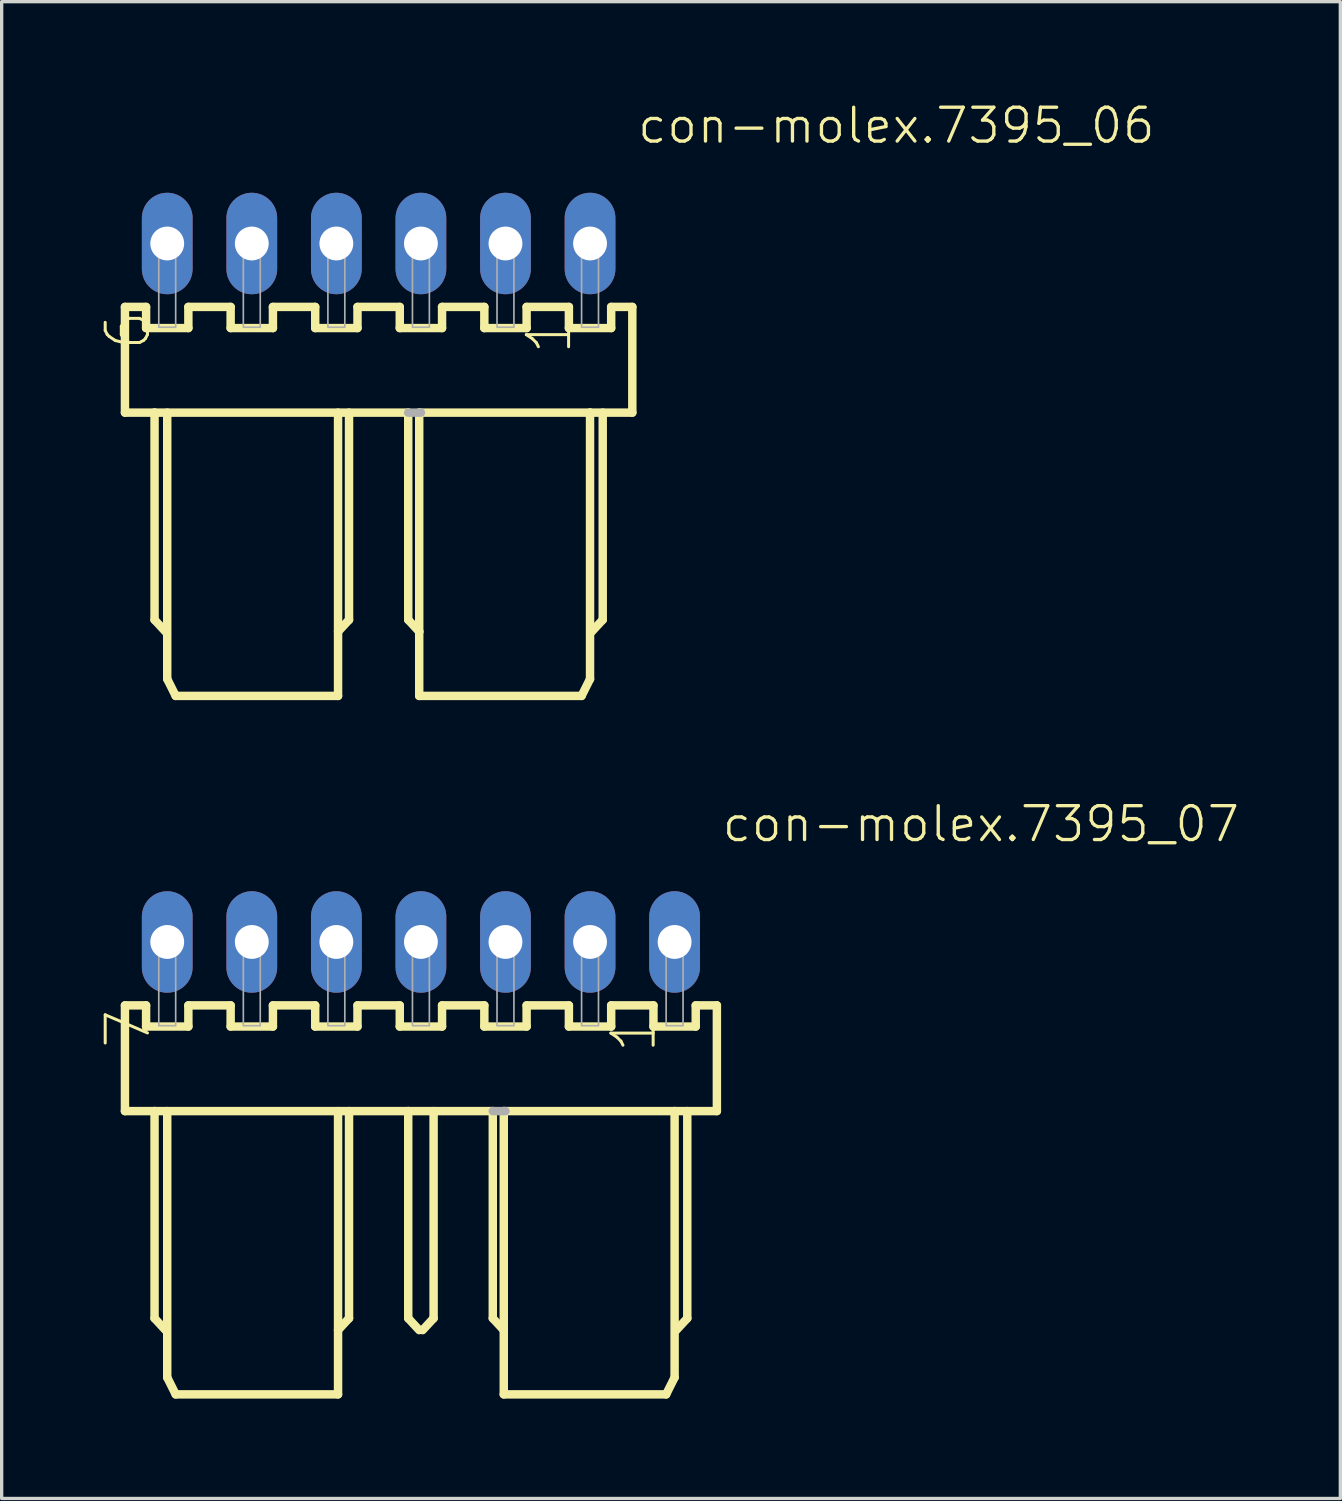
<source format=kicad_pcb>
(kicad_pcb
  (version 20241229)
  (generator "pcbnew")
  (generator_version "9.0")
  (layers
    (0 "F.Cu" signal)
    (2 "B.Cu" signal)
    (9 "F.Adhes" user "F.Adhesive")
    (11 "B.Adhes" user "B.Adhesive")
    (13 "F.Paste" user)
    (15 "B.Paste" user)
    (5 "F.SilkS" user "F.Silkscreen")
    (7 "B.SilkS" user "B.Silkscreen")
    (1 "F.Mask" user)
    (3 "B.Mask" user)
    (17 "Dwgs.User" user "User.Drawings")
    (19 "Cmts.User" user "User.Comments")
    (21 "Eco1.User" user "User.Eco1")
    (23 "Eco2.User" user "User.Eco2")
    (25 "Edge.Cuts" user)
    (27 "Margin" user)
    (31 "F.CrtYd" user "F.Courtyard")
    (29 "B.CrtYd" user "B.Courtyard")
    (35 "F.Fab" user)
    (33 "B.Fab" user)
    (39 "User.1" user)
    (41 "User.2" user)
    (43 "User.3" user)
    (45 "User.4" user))
  (footprint "con-molex.7395_06"
    (layer "F.Cu")
    (at 8.323 4.264)
    (property "Reference" "con-molex.7395_06" (at 7.72 -2.948 180) (layer "F.SilkS") (effects (font (size 1.016 1.016) (thickness 0.1)) (justify left bottom)))
    (attr through_hole)
    (fp_line (start -7.62 1.905) (end -7.62 5.08) (stroke (width 0.254) (type default)) (layer "F.SilkS"))
    (fp_line (start -7.62 5.08) (end -6.731 5.08) (stroke (width 0.254) (type default)) (layer "F.SilkS"))
    (fp_line (start -6.985 1.905) (end -7.62 1.905) (stroke (width 0.254) (type default)) (layer "F.SilkS"))
    (fp_line (start -6.985 2.54) (end -6.985 1.905) (stroke (width 0.254) (type default)) (layer "F.SilkS"))
    (fp_line (start -6.731 5.08) (end -6.731 11.303) (stroke (width 0.254) (type default)) (layer "F.SilkS"))
    (fp_line (start -6.731 5.08) (end 0.889 5.08) (stroke (width 0.254) (type default)) (layer "F.SilkS"))
    (fp_line (start -6.731 11.303) (end -6.401 11.659) (stroke (width 0.254) (type default)) (layer "F.SilkS"))
    (fp_line (start -6.35 5.08) (end -6.35 13.081) (stroke (width 0.254) (type default)) (layer "F.SilkS"))
    (fp_line (start -6.35 13.081) (end -6.096 13.589) (stroke (width 0.254) (type default)) (layer "F.SilkS"))
    (fp_line (start -6.096 13.589) (end -1.219 13.589) (stroke (width 0.254) (type default)) (layer "F.SilkS"))
    (fp_line (start -5.715 1.905) (end -5.715 2.54) (stroke (width 0.254) (type default)) (layer "F.SilkS"))
    (fp_line (start -5.715 2.54) (end -6.985 2.54) (stroke (width 0.254) (type default)) (layer "F.SilkS"))
    (fp_line (start -4.445 1.905) (end -5.715 1.905) (stroke (width 0.254) (type default)) (layer "F.SilkS"))
    (fp_line (start -4.445 2.54) (end -4.445 1.905) (stroke (width 0.254) (type default)) (layer "F.SilkS"))
    (fp_line (start -3.175 1.905) (end -3.175 2.54) (stroke (width 0.254) (type default)) (layer "F.SilkS"))
    (fp_line (start -3.175 2.54) (end -4.445 2.54) (stroke (width 0.254) (type default)) (layer "F.SilkS"))
    (fp_line (start -1.905 1.905) (end -3.175 1.905) (stroke (width 0.254) (type default)) (layer "F.SilkS"))
    (fp_line (start -1.905 2.54) (end -1.905 1.905) (stroke (width 0.254) (type default)) (layer "F.SilkS"))
    (fp_line (start -1.219 13.589) (end -1.219 5.08) (stroke (width 0.254) (type default)) (layer "F.SilkS"))
    (fp_line (start -0.889 5.08) (end -0.889 11.303) (stroke (width 0.254) (type default)) (layer "F.SilkS"))
    (fp_line (start -0.889 11.303) (end -1.219 11.659) (stroke (width 0.254) (type default)) (layer "F.SilkS"))
    (fp_line (start -0.635 1.905) (end -0.635 2.54) (stroke (width 0.254) (type default)) (layer "F.SilkS"))
    (fp_line (start -0.635 2.54) (end -1.905 2.54) (stroke (width 0.254) (type default)) (layer "F.SilkS"))
    (fp_line (start 0.635 1.905) (end -0.635 1.905) (stroke (width 0.254) (type default)) (layer "F.SilkS"))
    (fp_line (start 0.635 2.54) (end 0.635 1.905) (stroke (width 0.254) (type default)) (layer "F.SilkS"))
    (fp_line (start 0.889 5.08) (end 0.889 11.303) (stroke (width 0.254) (type default)) (layer "F.SilkS"))
    (fp_line (start 0.889 5.08) (end 1.219 5.08) (stroke (width 0.127) (type default)) (layer "F.SilkS"))
    (fp_line (start 0.889 11.303) (end 1.219 11.659) (stroke (width 0.254) (type default)) (layer "F.SilkS"))
    (fp_line (start 1.219 5.08) (end 6.35 5.08) (stroke (width 0.254) (type default)) (layer "F.SilkS"))
    (fp_line (start 1.219 11.659) (end 1.219 5.08) (stroke (width 0.254) (type default)) (layer "F.SilkS"))
    (fp_line (start 1.219 13.589) (end 1.219 11.659) (stroke (width 0.254) (type default)) (layer "F.SilkS"))
    (fp_line (start 1.905 1.905) (end 1.905 2.54) (stroke (width 0.254) (type default)) (layer "F.SilkS"))
    (fp_line (start 1.905 2.54) (end 0.635 2.54) (stroke (width 0.254) (type default)) (layer "F.SilkS"))
    (fp_line (start 3.175 1.905) (end 1.905 1.905) (stroke (width 0.254) (type default)) (layer "F.SilkS"))
    (fp_line (start 3.175 2.54) (end 3.175 1.905) (stroke (width 0.254) (type default)) (layer "F.SilkS"))
    (fp_line (start 4.445 1.905) (end 4.445 2.54) (stroke (width 0.254) (type default)) (layer "F.SilkS"))
    (fp_line (start 4.445 2.54) (end 3.175 2.54) (stroke (width 0.254) (type default)) (layer "F.SilkS"))
    (fp_line (start 5.715 1.905) (end 4.445 1.905) (stroke (width 0.254) (type default)) (layer "F.SilkS"))
    (fp_line (start 5.715 2.54) (end 5.715 1.905) (stroke (width 0.254) (type default)) (layer "F.SilkS"))
    (fp_line (start 6.096 13.589) (end 1.219 13.589) (stroke (width 0.254) (type default)) (layer "F.SilkS"))
    (fp_line (start 6.35 5.08) (end 6.35 13.081) (stroke (width 0.254) (type default)) (layer "F.SilkS"))
    (fp_line (start 6.35 5.08) (end 7.62 5.08) (stroke (width 0.254) (type default)) (layer "F.SilkS"))
    (fp_line (start 6.35 13.081) (end 6.096 13.589) (stroke (width 0.254) (type default)) (layer "F.SilkS"))
    (fp_line (start 6.731 5.08) (end 6.731 11.303) (stroke (width 0.254) (type default)) (layer "F.SilkS"))
    (fp_line (start 6.731 11.303) (end 6.401 11.659) (stroke (width 0.254) (type default)) (layer "F.SilkS"))
    (fp_line (start 6.985 1.905) (end 6.985 2.54) (stroke (width 0.254) (type default)) (layer "F.SilkS"))
    (fp_line (start 6.985 2.54) (end 5.715 2.54) (stroke (width 0.254) (type default)) (layer "F.SilkS"))
    (fp_line (start 7.62 1.905) (end 6.985 1.905) (stroke (width 0.254) (type default)) (layer "F.SilkS"))
    (fp_line (start 7.62 5.08) (end 7.62 1.905) (stroke (width 0.254) (type default)) (layer "F.SilkS"))
    (fp_line (start 1.27 5.08) (end 0.889 5.08) (stroke (width 0.254) (type default)) (layer "F.Fab"))
    (fp_rect (start -6.604 0.254) (end -6.096 -0.254) (stroke (width 0.05) (type default)) (fill no) (layer "F.Fab"))
    (fp_rect (start -6.604 2.515) (end -6.096 0.279) (stroke (width 0.05) (type default)) (fill no) (layer "F.Fab"))
    (fp_rect (start -4.064 0.254) (end -3.556 -0.254) (stroke (width 0.05) (type default)) (fill no) (layer "F.Fab"))
    (fp_rect (start -4.064 2.515) (end -3.556 0.279) (stroke (width 0.05) (type default)) (fill no) (layer "F.Fab"))
    (fp_rect (start -1.524 0.254) (end -1.016 -0.254) (stroke (width 0.05) (type default)) (fill no) (layer "F.Fab"))
    (fp_rect (start -1.524 2.515) (end -1.016 0.279) (stroke (width 0.05) (type default)) (fill no) (layer "F.Fab"))
    (fp_rect (start 1.016 0.254) (end 1.524 -0.254) (stroke (width 0.05) (type default)) (fill no) (layer "F.Fab"))
    (fp_rect (start 1.016 2.515) (end 1.524 0.279) (stroke (width 0.05) (type default)) (fill no) (layer "F.Fab"))
    (fp_rect (start 3.556 0.254) (end 4.064 -0.254) (stroke (width 0.05) (type default)) (fill no) (layer "F.Fab"))
    (fp_rect (start 3.556 2.515) (end 4.064 0.279) (stroke (width 0.05) (type default)) (fill no) (layer "F.Fab"))
    (fp_rect (start 6.096 0.254) (end 6.604 -0.254) (stroke (width 0.05) (type default)) (fill no) (layer "F.Fab"))
    (fp_rect (start 6.096 2.515) (end 6.604 0.279) (stroke (width 0.05) (type default)) (fill no) (layer "F.Fab"))
    (fp_text user "6" (at -6.783 3.275 270) (layer "F.SilkS") (effects (font (size 1.27 1.27) (thickness 0.09)) (justify left bottom)))
    (fp_text user "1" (at 5.866 3.402 270) (layer "F.SilkS") (effects (font (size 1.27 1.27) (thickness 0.09)) (justify left bottom)))
    (pad "1" thru_hole oval (at 6.35 0 90) (size 3.048 1.524) (drill 1.016) (layers "*.Cu" "*.Mask"))
    (pad "2" thru_hole oval (at 3.81 0 90) (size 3.048 1.524) (drill 1.016) (layers "*.Cu" "*.Mask"))
    (pad "3" thru_hole oval (at 1.27 0 90) (size 3.048 1.524) (drill 1.016) (layers "*.Cu" "*.Mask"))
    (pad "4" thru_hole oval (at -1.27 0 90) (size 3.048 1.524) (drill 1.016) (layers "*.Cu" "*.Mask"))
    (pad "5" thru_hole oval (at -3.81 0 90) (size 3.048 1.524) (drill 1.016) (layers "*.Cu" "*.Mask"))
    (pad "6" thru_hole oval (at -6.35 0 90) (size 3.048 1.524) (drill 1.016) (layers "*.Cu" "*.Mask")))
  (footprint "con-molex.7395_07"
    (layer "F.Cu")
    (at 9.593 25.244)
    (property "Reference" "con-molex.7395_07" (at 8.99 -2.948 180) (layer "F.SilkS") (effects (font (size 1.016 1.016) (thickness 0.1)) (justify left bottom)))
    (attr through_hole)
    (fp_line (start -8.89 1.905) (end -8.89 5.08) (stroke (width 0.254) (type default)) (layer "F.SilkS"))
    (fp_line (start -8.89 5.08) (end -8.001 5.08) (stroke (width 0.254) (type default)) (layer "F.SilkS"))
    (fp_line (start -8.255 1.905) (end -8.89 1.905) (stroke (width 0.254) (type default)) (layer "F.SilkS"))
    (fp_line (start -8.255 2.54) (end -8.255 1.905) (stroke (width 0.254) (type default)) (layer "F.SilkS"))
    (fp_line (start -8.001 5.08) (end -8.001 11.303) (stroke (width 0.254) (type default)) (layer "F.SilkS"))
    (fp_line (start -8.001 5.08) (end -0.381 5.08) (stroke (width 0.254) (type default)) (layer "F.SilkS"))
    (fp_line (start -8.001 11.303) (end -7.671 11.659) (stroke (width 0.254) (type default)) (layer "F.SilkS"))
    (fp_line (start -7.62 5.08) (end -7.62 13.081) (stroke (width 0.254) (type default)) (layer "F.SilkS"))
    (fp_line (start -7.62 13.081) (end -7.366 13.589) (stroke (width 0.254) (type default)) (layer "F.SilkS"))
    (fp_line (start -7.366 13.589) (end -2.489 13.589) (stroke (width 0.254) (type default)) (layer "F.SilkS"))
    (fp_line (start -6.985 1.905) (end -6.985 2.54) (stroke (width 0.254) (type default)) (layer "F.SilkS"))
    (fp_line (start -6.985 2.54) (end -8.255 2.54) (stroke (width 0.254) (type default)) (layer "F.SilkS"))
    (fp_line (start -5.715 1.905) (end -6.985 1.905) (stroke (width 0.254) (type default)) (layer "F.SilkS"))
    (fp_line (start -5.715 2.54) (end -5.715 1.905) (stroke (width 0.254) (type default)) (layer "F.SilkS"))
    (fp_line (start -4.445 1.905) (end -4.445 2.54) (stroke (width 0.254) (type default)) (layer "F.SilkS"))
    (fp_line (start -4.445 2.54) (end -5.715 2.54) (stroke (width 0.254) (type default)) (layer "F.SilkS"))
    (fp_line (start -3.175 1.905) (end -4.445 1.905) (stroke (width 0.254) (type default)) (layer "F.SilkS"))
    (fp_line (start -3.175 2.54) (end -3.175 1.905) (stroke (width 0.254) (type default)) (layer "F.SilkS"))
    (fp_line (start -2.489 13.589) (end -2.489 5.08) (stroke (width 0.254) (type default)) (layer "F.SilkS"))
    (fp_line (start -2.159 5.08) (end -2.159 11.303) (stroke (width 0.254) (type default)) (layer "F.SilkS"))
    (fp_line (start -2.159 11.303) (end -2.489 11.659) (stroke (width 0.254) (type default)) (layer "F.SilkS"))
    (fp_line (start -1.905 1.905) (end -1.905 2.54) (stroke (width 0.254) (type default)) (layer "F.SilkS"))
    (fp_line (start -1.905 2.54) (end -3.175 2.54) (stroke (width 0.254) (type default)) (layer "F.SilkS"))
    (fp_line (start -0.635 1.905) (end -1.905 1.905) (stroke (width 0.254) (type default)) (layer "F.SilkS"))
    (fp_line (start -0.635 2.54) (end -0.635 1.905) (stroke (width 0.254) (type default)) (layer "F.SilkS"))
    (fp_line (start -0.381 5.08) (end -0.381 11.303) (stroke (width 0.254) (type default)) (layer "F.SilkS"))
    (fp_line (start -0.381 5.08) (end 2.159 5.08) (stroke (width 0.254) (type default)) (layer "F.SilkS"))
    (fp_line (start -0.381 11.303) (end -0.051 11.659) (stroke (width 0.254) (type default)) (layer "F.SilkS"))
    (fp_line (start 0.381 5.08) (end 0.381 11.303) (stroke (width 0.254) (type default)) (layer "F.SilkS"))
    (fp_line (start 0.381 11.303) (end 0.051 11.659) (stroke (width 0.254) (type default)) (layer "F.SilkS"))
    (fp_line (start 0.635 1.905) (end 0.635 2.54) (stroke (width 0.254) (type default)) (layer "F.SilkS"))
    (fp_line (start 0.635 2.54) (end -0.635 2.54) (stroke (width 0.254) (type default)) (layer "F.SilkS"))
    (fp_line (start 1.905 1.905) (end 0.635 1.905) (stroke (width 0.254) (type default)) (layer "F.SilkS"))
    (fp_line (start 1.905 2.54) (end 1.905 1.905) (stroke (width 0.254) (type default)) (layer "F.SilkS"))
    (fp_line (start 2.159 5.08) (end 2.159 11.303) (stroke (width 0.254) (type default)) (layer "F.SilkS"))
    (fp_line (start 2.159 5.08) (end 2.489 5.08) (stroke (width 0.127) (type default)) (layer "F.SilkS"))
    (fp_line (start 2.159 11.303) (end 2.489 11.659) (stroke (width 0.254) (type default)) (layer "F.SilkS"))
    (fp_line (start 2.489 5.08) (end 7.62 5.08) (stroke (width 0.254) (type default)) (layer "F.SilkS"))
    (fp_line (start 2.489 11.659) (end 2.489 5.08) (stroke (width 0.254) (type default)) (layer "F.SilkS"))
    (fp_line (start 2.489 13.589) (end 2.489 11.659) (stroke (width 0.254) (type default)) (layer "F.SilkS"))
    (fp_line (start 3.175 1.905) (end 3.175 2.54) (stroke (width 0.254) (type default)) (layer "F.SilkS"))
    (fp_line (start 3.175 2.54) (end 1.905 2.54) (stroke (width 0.254) (type default)) (layer "F.SilkS"))
    (fp_line (start 4.445 1.905) (end 3.175 1.905) (stroke (width 0.254) (type default)) (layer "F.SilkS"))
    (fp_line (start 4.445 2.54) (end 4.445 1.905) (stroke (width 0.254) (type default)) (layer "F.SilkS"))
    (fp_line (start 5.715 1.905) (end 5.715 2.54) (stroke (width 0.254) (type default)) (layer "F.SilkS"))
    (fp_line (start 5.715 2.54) (end 4.445 2.54) (stroke (width 0.254) (type default)) (layer "F.SilkS"))
    (fp_line (start 6.985 1.905) (end 5.715 1.905) (stroke (width 0.254) (type default)) (layer "F.SilkS"))
    (fp_line (start 6.985 2.54) (end 6.985 1.905) (stroke (width 0.254) (type default)) (layer "F.SilkS"))
    (fp_line (start 7.366 13.589) (end 2.489 13.589) (stroke (width 0.254) (type default)) (layer "F.SilkS"))
    (fp_line (start 7.62 5.08) (end 7.62 13.081) (stroke (width 0.254) (type default)) (layer "F.SilkS"))
    (fp_line (start 7.62 5.08) (end 8.89 5.08) (stroke (width 0.254) (type default)) (layer "F.SilkS"))
    (fp_line (start 7.62 13.081) (end 7.366 13.589) (stroke (width 0.254) (type default)) (layer "F.SilkS"))
    (fp_line (start 8.001 5.08) (end 8.001 11.303) (stroke (width 0.254) (type default)) (layer "F.SilkS"))
    (fp_line (start 8.001 11.303) (end 7.671 11.659) (stroke (width 0.254) (type default)) (layer "F.SilkS"))
    (fp_line (start 8.255 1.905) (end 8.255 2.54) (stroke (width 0.254) (type default)) (layer "F.SilkS"))
    (fp_line (start 8.255 2.54) (end 6.985 2.54) (stroke (width 0.254) (type default)) (layer "F.SilkS"))
    (fp_line (start 8.89 1.905) (end 8.255 1.905) (stroke (width 0.254) (type default)) (layer "F.SilkS"))
    (fp_line (start 8.89 5.08) (end 8.89 1.905) (stroke (width 0.254) (type default)) (layer "F.SilkS"))
    (fp_line (start 2.54 5.08) (end 2.159 5.08) (stroke (width 0.254) (type default)) (layer "F.Fab"))
    (fp_rect (start -7.874 0.254) (end -7.366 -0.254) (stroke (width 0.05) (type default)) (fill no) (layer "F.Fab"))
    (fp_rect (start -7.874 2.515) (end -7.366 0.279) (stroke (width 0.05) (type default)) (fill no) (layer "F.Fab"))
    (fp_rect (start -5.334 0.254) (end -4.826 -0.254) (stroke (width 0.05) (type default)) (fill no) (layer "F.Fab"))
    (fp_rect (start -5.334 2.515) (end -4.826 0.279) (stroke (width 0.05) (type default)) (fill no) (layer "F.Fab"))
    (fp_rect (start -2.794 0.254) (end -2.286 -0.254) (stroke (width 0.05) (type default)) (fill no) (layer "F.Fab"))
    (fp_rect (start -2.794 2.515) (end -2.286 0.279) (stroke (width 0.05) (type default)) (fill no) (layer "F.Fab"))
    (fp_rect (start -0.254 0.254) (end 0.254 -0.254) (stroke (width 0.05) (type default)) (fill no) (layer "F.Fab"))
    (fp_rect (start -0.254 2.515) (end 0.254 0.279) (stroke (width 0.05) (type default)) (fill no) (layer "F.Fab"))
    (fp_rect (start 2.286 0.254) (end 2.794 -0.254) (stroke (width 0.05) (type default)) (fill no) (layer "F.Fab"))
    (fp_rect (start 2.286 2.515) (end 2.794 0.279) (stroke (width 0.05) (type default)) (fill no) (layer "F.Fab"))
    (fp_rect (start 4.826 0.254) (end 5.334 -0.254) (stroke (width 0.05) (type default)) (fill no) (layer "F.Fab"))
    (fp_rect (start 4.826 2.515) (end 5.334 0.279) (stroke (width 0.05) (type default)) (fill no) (layer "F.Fab"))
    (fp_rect (start 7.366 0.254) (end 7.874 -0.254) (stroke (width 0.05) (type default)) (fill no) (layer "F.Fab"))
    (fp_rect (start 7.366 2.515) (end 7.874 0.279) (stroke (width 0.05) (type default)) (fill no) (layer "F.Fab"))
    (fp_text user "1" (at 7.136 3.402 270) (layer "F.SilkS") (effects (font (size 1.27 1.27) (thickness 0.09)) (justify left bottom)))
    (fp_text user "7" (at -8.053 3.275 270) (layer "F.SilkS") (effects (font (size 1.27 1.27) (thickness 0.09)) (justify left bottom)))
    (pad "1" thru_hole oval (at 7.62 0 90) (size 3.048 1.524) (drill 1.016) (layers "*.Cu" "*.Mask"))
    (pad "2" thru_hole oval (at 5.08 0 90) (size 3.048 1.524) (drill 1.016) (layers "*.Cu" "*.Mask"))
    (pad "3" thru_hole oval (at 2.54 0 90) (size 3.048 1.524) (drill 1.016) (layers "*.Cu" "*.Mask"))
    (pad "4" thru_hole oval (at 0 0 90) (size 3.048 1.524) (drill 1.016) (layers "*.Cu" "*.Mask"))
    (pad "5" thru_hole oval (at -2.54 0 90) (size 3.048 1.524) (drill 1.016) (layers "*.Cu" "*.Mask"))
    (pad "6" thru_hole oval (at -5.08 0 90) (size 3.048 1.524) (drill 1.016) (layers "*.Cu" "*.Mask"))
    (pad "7" thru_hole oval (at -7.62 0 90) (size 3.048 1.524) (drill 1.016) (layers "*.Cu" "*.Mask")))
  (gr_rect
    (start -3 -3)
    (end 37.21 41.96)
    (stroke (width 0.1) (type default))
    (fill no)
    (layer "Edge.Cuts")))
</source>
